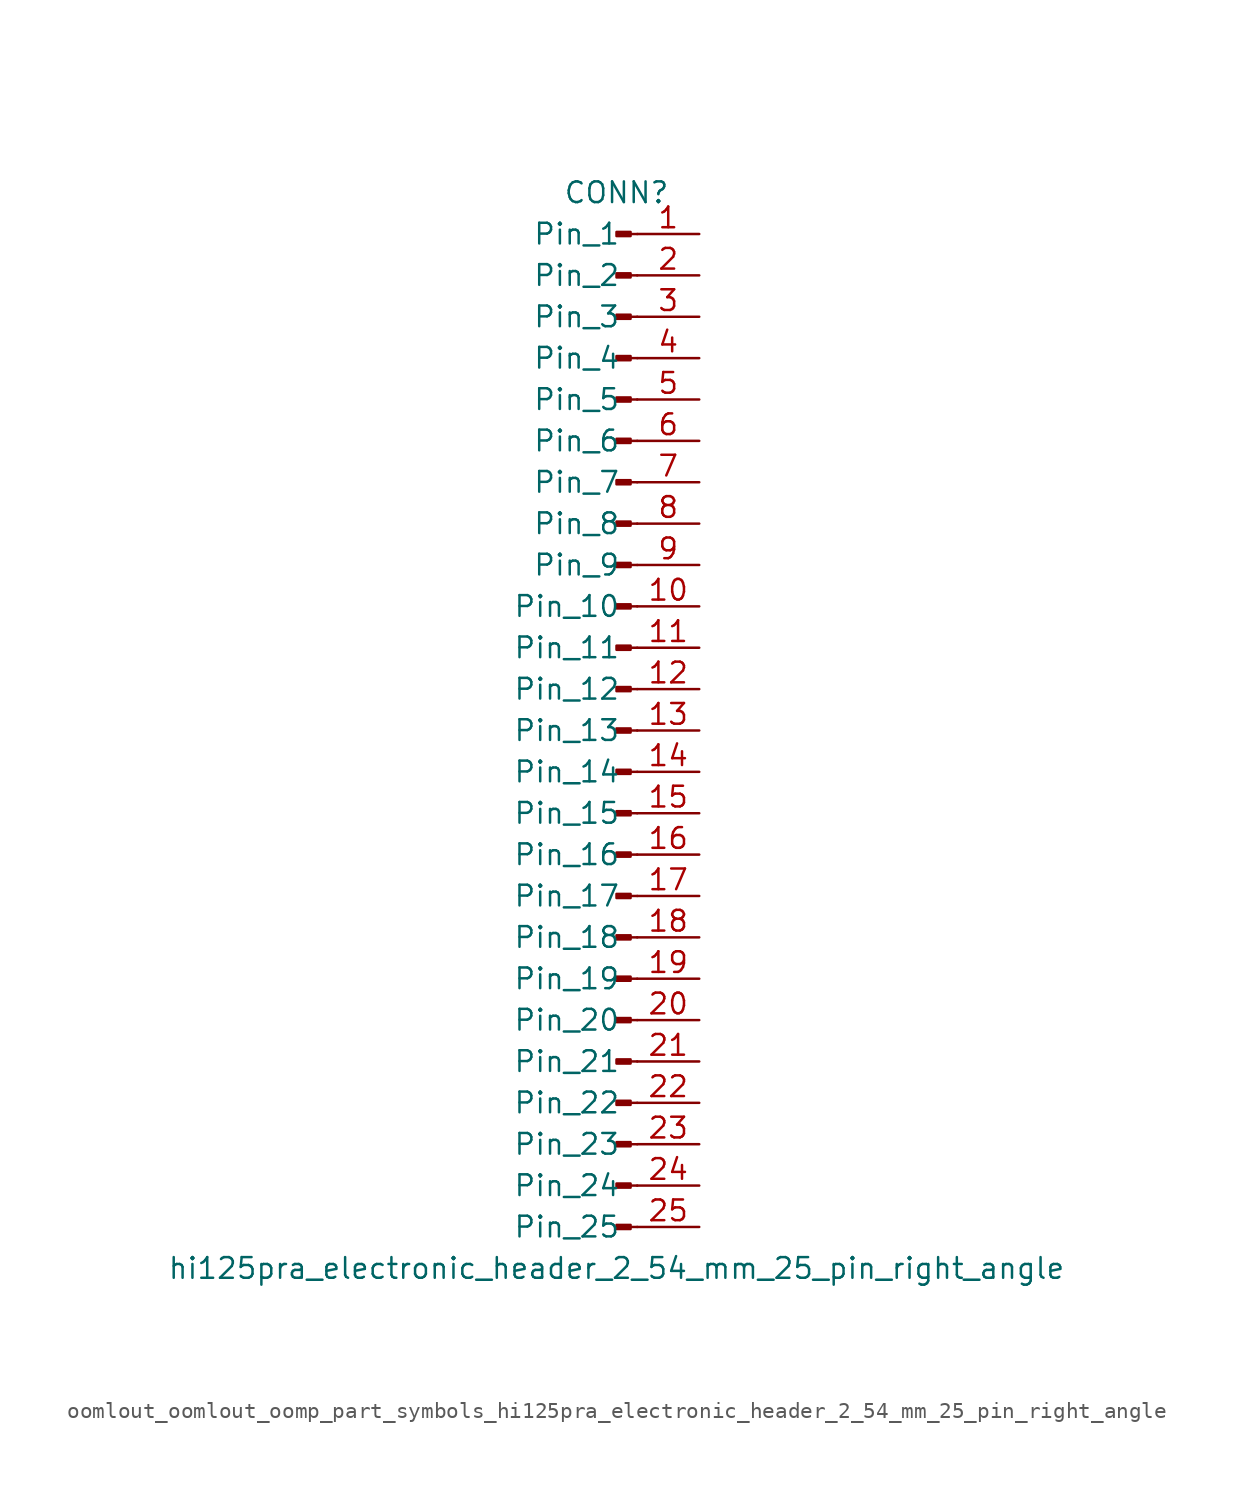
<source format=kicad_sym>
(kicad_symbol_lib
  (version 20220914)
  (generator kicad_symbol_editor)
  (symbol "oomlout_oomlout_oomp_part_symbols_hi125pra_electronic_header_2_54_mm_25_pin_right_angle"
    (pin_names
      (offset 1.016))
    (property "Reference" "CONN"
      (at 0 33.02 0)
      (effects (font (size 1.27 1.27))))
    (property "Value" "hi125pra_electronic_header_2_54_mm_25_pin_right_angle"
      (at 0 -33.02 0)
      (effects (font (size 1.27 1.27))))
    (property "ki_locked" ""
      (at 0 0 0)
      (effects (font (size 1.27 1.27))))
    (symbol "oomlout_oomlout_oomp_part_symbols_hi125pra_electronic_header_2_54_mm_25_pin_right_angle_1_1"
      (polyline (pts (xy 1.27 -30.48) (xy 0.864 -30.48)) (stroke (width 0.152) (type default)) (fill (type none)))
      (polyline (pts (xy 1.27 -27.94) (xy 0.864 -27.94)) (stroke (width 0.152) (type default)) (fill (type none)))
      (polyline (pts (xy 1.27 -25.4) (xy 0.864 -25.4)) (stroke (width 0.152) (type default)) (fill (type none)))
      (polyline (pts (xy 1.27 -22.86) (xy 0.864 -22.86)) (stroke (width 0.152) (type default)) (fill (type none)))
      (polyline (pts (xy 1.27 -20.32) (xy 0.864 -20.32)) (stroke (width 0.152) (type default)) (fill (type none)))
      (polyline (pts (xy 1.27 -17.78) (xy 0.864 -17.78)) (stroke (width 0.152) (type default)) (fill (type none)))
      (polyline (pts (xy 1.27 -15.24) (xy 0.864 -15.24)) (stroke (width 0.152) (type default)) (fill (type none)))
      (polyline (pts (xy 1.27 -12.7) (xy 0.864 -12.7)) (stroke (width 0.152) (type default)) (fill (type none)))
      (polyline (pts (xy 1.27 -10.16) (xy 0.864 -10.16)) (stroke (width 0.152) (type default)) (fill (type none)))
      (polyline (pts (xy 1.27 -7.62) (xy 0.864 -7.62)) (stroke (width 0.152) (type default)) (fill (type none)))
      (polyline (pts (xy 1.27 -5.08) (xy 0.864 -5.08)) (stroke (width 0.152) (type default)) (fill (type none)))
      (polyline (pts (xy 1.27 -2.54) (xy 0.864 -2.54)) (stroke (width 0.152) (type default)) (fill (type none)))
      (polyline (pts (xy 1.27 0) (xy 0.864 0)) (stroke (width 0.152) (type default)) (fill (type none)))
      (polyline (pts (xy 1.27 2.54) (xy 0.864 2.54)) (stroke (width 0.152) (type default)) (fill (type none)))
      (polyline (pts (xy 1.27 5.08) (xy 0.864 5.08)) (stroke (width 0.152) (type default)) (fill (type none)))
      (polyline (pts (xy 1.27 7.62) (xy 0.864 7.62)) (stroke (width 0.152) (type default)) (fill (type none)))
      (polyline (pts (xy 1.27 10.16) (xy 0.864 10.16)) (stroke (width 0.152) (type default)) (fill (type none)))
      (polyline (pts (xy 1.27 12.7) (xy 0.864 12.7)) (stroke (width 0.152) (type default)) (fill (type none)))
      (polyline (pts (xy 1.27 15.24) (xy 0.864 15.24)) (stroke (width 0.152) (type default)) (fill (type none)))
      (polyline (pts (xy 1.27 17.78) (xy 0.864 17.78)) (stroke (width 0.152) (type default)) (fill (type none)))
      (polyline (pts (xy 1.27 20.32) (xy 0.864 20.32)) (stroke (width 0.152) (type default)) (fill (type none)))
      (polyline (pts (xy 1.27 22.86) (xy 0.864 22.86)) (stroke (width 0.152) (type default)) (fill (type none)))
      (polyline (pts (xy 1.27 25.4) (xy 0.864 25.4)) (stroke (width 0.152) (type default)) (fill (type none)))
      (polyline (pts (xy 1.27 27.94) (xy 0.864 27.94)) (stroke (width 0.152) (type default)) (fill (type none)))
      (polyline (pts (xy 1.27 30.48) (xy 0.864 30.48)) (stroke (width 0.152) (type default)) (fill (type none)))
      (rectangle (start 0.864 -30.353) (end 0 -30.607) (stroke (width 0.152) (type default)) (fill (type outline)))
      (rectangle (start 0.864 -27.813) (end 0 -28.067) (stroke (width 0.152) (type default)) (fill (type outline)))
      (rectangle (start 0.864 -25.273) (end 0 -25.527) (stroke (width 0.152) (type default)) (fill (type outline)))
      (rectangle (start 0.864 -22.733) (end 0 -22.987) (stroke (width 0.152) (type default)) (fill (type outline)))
      (rectangle (start 0.864 -20.193) (end 0 -20.447) (stroke (width 0.152) (type default)) (fill (type outline)))
      (rectangle (start 0.864 -17.653) (end 0 -17.907) (stroke (width 0.152) (type default)) (fill (type outline)))
      (rectangle (start 0.864 -15.113) (end 0 -15.367) (stroke (width 0.152) (type default)) (fill (type outline)))
      (rectangle (start 0.864 -12.573) (end 0 -12.827) (stroke (width 0.152) (type default)) (fill (type outline)))
      (rectangle (start 0.864 -10.033) (end 0 -10.287) (stroke (width 0.152) (type default)) (fill (type outline)))
      (rectangle (start 0.864 -7.493) (end 0 -7.747) (stroke (width 0.152) (type default)) (fill (type outline)))
      (rectangle (start 0.864 -4.953) (end 0 -5.207) (stroke (width 0.152) (type default)) (fill (type outline)))
      (rectangle (start 0.864 -2.413) (end 0 -2.667) (stroke (width 0.152) (type default)) (fill (type outline)))
      (rectangle (start 0.864 0.127) (end 0 -0.127) (stroke (width 0.152) (type default)) (fill (type outline)))
      (rectangle (start 0.864 2.667) (end 0 2.413) (stroke (width 0.152) (type default)) (fill (type outline)))
      (rectangle (start 0.864 5.207) (end 0 4.953) (stroke (width 0.152) (type default)) (fill (type outline)))
      (rectangle (start 0.864 7.747) (end 0 7.493) (stroke (width 0.152) (type default)) (fill (type outline)))
      (rectangle (start 0.864 10.287) (end 0 10.033) (stroke (width 0.152) (type default)) (fill (type outline)))
      (rectangle (start 0.864 12.827) (end 0 12.573) (stroke (width 0.152) (type default)) (fill (type outline)))
      (rectangle (start 0.864 15.367) (end 0 15.113) (stroke (width 0.152) (type default)) (fill (type outline)))
      (rectangle (start 0.864 17.907) (end 0 17.653) (stroke (width 0.152) (type default)) (fill (type outline)))
      (rectangle (start 0.864 20.447) (end 0 20.193) (stroke (width 0.152) (type default)) (fill (type outline)))
      (rectangle (start 0.864 22.987) (end 0 22.733) (stroke (width 0.152) (type default)) (fill (type outline)))
      (rectangle (start 0.864 25.527) (end 0 25.273) (stroke (width 0.152) (type default)) (fill (type outline)))
      (rectangle (start 0.864 28.067) (end 0 27.813) (stroke (width 0.152) (type default)) (fill (type outline)))
      (rectangle (start 0.864 30.607) (end 0 30.353) (stroke (width 0.152) (type default)) (fill (type outline)))
      (pin passive line (at 5.08 30.48 180) (length 3.81) (name "Pin_1" (effects (font (size 1.27 1.27)))) (number "1" (effects (font (size 1.27 1.27)))))
      (pin passive line (at 5.08 7.62 180) (length 3.81) (name "Pin_10" (effects (font (size 1.27 1.27)))) (number "10" (effects (font (size 1.27 1.27)))))
      (pin passive line (at 5.08 5.08 180) (length 3.81) (name "Pin_11" (effects (font (size 1.27 1.27)))) (number "11" (effects (font (size 1.27 1.27)))))
      (pin passive line (at 5.08 2.54 180) (length 3.81) (name "Pin_12" (effects (font (size 1.27 1.27)))) (number "12" (effects (font (size 1.27 1.27)))))
      (pin passive line (at 5.08 0 180) (length 3.81) (name "Pin_13" (effects (font (size 1.27 1.27)))) (number "13" (effects (font (size 1.27 1.27)))))
      (pin passive line (at 5.08 -2.54 180) (length 3.81) (name "Pin_14" (effects (font (size 1.27 1.27)))) (number "14" (effects (font (size 1.27 1.27)))))
      (pin passive line (at 5.08 -5.08 180) (length 3.81) (name "Pin_15" (effects (font (size 1.27 1.27)))) (number "15" (effects (font (size 1.27 1.27)))))
      (pin passive line (at 5.08 -7.62 180) (length 3.81) (name "Pin_16" (effects (font (size 1.27 1.27)))) (number "16" (effects (font (size 1.27 1.27)))))
      (pin passive line (at 5.08 -10.16 180) (length 3.81) (name "Pin_17" (effects (font (size 1.27 1.27)))) (number "17" (effects (font (size 1.27 1.27)))))
      (pin passive line (at 5.08 -12.7 180) (length 3.81) (name "Pin_18" (effects (font (size 1.27 1.27)))) (number "18" (effects (font (size 1.27 1.27)))))
      (pin passive line (at 5.08 -15.24 180) (length 3.81) (name "Pin_19" (effects (font (size 1.27 1.27)))) (number "19" (effects (font (size 1.27 1.27)))))
      (pin passive line (at 5.08 27.94 180) (length 3.81) (name "Pin_2" (effects (font (size 1.27 1.27)))) (number "2" (effects (font (size 1.27 1.27)))))
      (pin passive line (at 5.08 -17.78 180) (length 3.81) (name "Pin_20" (effects (font (size 1.27 1.27)))) (number "20" (effects (font (size 1.27 1.27)))))
      (pin passive line (at 5.08 -20.32 180) (length 3.81) (name "Pin_21" (effects (font (size 1.27 1.27)))) (number "21" (effects (font (size 1.27 1.27)))))
      (pin passive line (at 5.08 -22.86 180) (length 3.81) (name "Pin_22" (effects (font (size 1.27 1.27)))) (number "22" (effects (font (size 1.27 1.27)))))
      (pin passive line (at 5.08 -25.4 180) (length 3.81) (name "Pin_23" (effects (font (size 1.27 1.27)))) (number "23" (effects (font (size 1.27 1.27)))))
      (pin passive line (at 5.08 -27.94 180) (length 3.81) (name "Pin_24" (effects (font (size 1.27 1.27)))) (number "24" (effects (font (size 1.27 1.27)))))
      (pin passive line (at 5.08 -30.48 180) (length 3.81) (name "Pin_25" (effects (font (size 1.27 1.27)))) (number "25" (effects (font (size 1.27 1.27)))))
      (pin passive line (at 5.08 25.4 180) (length 3.81) (name "Pin_3" (effects (font (size 1.27 1.27)))) (number "3" (effects (font (size 1.27 1.27)))))
      (pin passive line (at 5.08 22.86 180) (length 3.81) (name "Pin_4" (effects (font (size 1.27 1.27)))) (number "4" (effects (font (size 1.27 1.27)))))
      (pin passive line (at 5.08 20.32 180) (length 3.81) (name "Pin_5" (effects (font (size 1.27 1.27)))) (number "5" (effects (font (size 1.27 1.27)))))
      (pin passive line (at 5.08 17.78 180) (length 3.81) (name "Pin_6" (effects (font (size 1.27 1.27)))) (number "6" (effects (font (size 1.27 1.27)))))
      (pin passive line (at 5.08 15.24 180) (length 3.81) (name "Pin_7" (effects (font (size 1.27 1.27)))) (number "7" (effects (font (size 1.27 1.27)))))
      (pin passive line (at 5.08 12.7 180) (length 3.81) (name "Pin_8" (effects (font (size 1.27 1.27)))) (number "8" (effects (font (size 1.27 1.27)))))
      (pin passive line (at 5.08 10.16 180) (length 3.81) (name "Pin_9" (effects (font (size 1.27 1.27)))) (number "9" (effects (font (size 1.27 1.27))))))))
</source>
